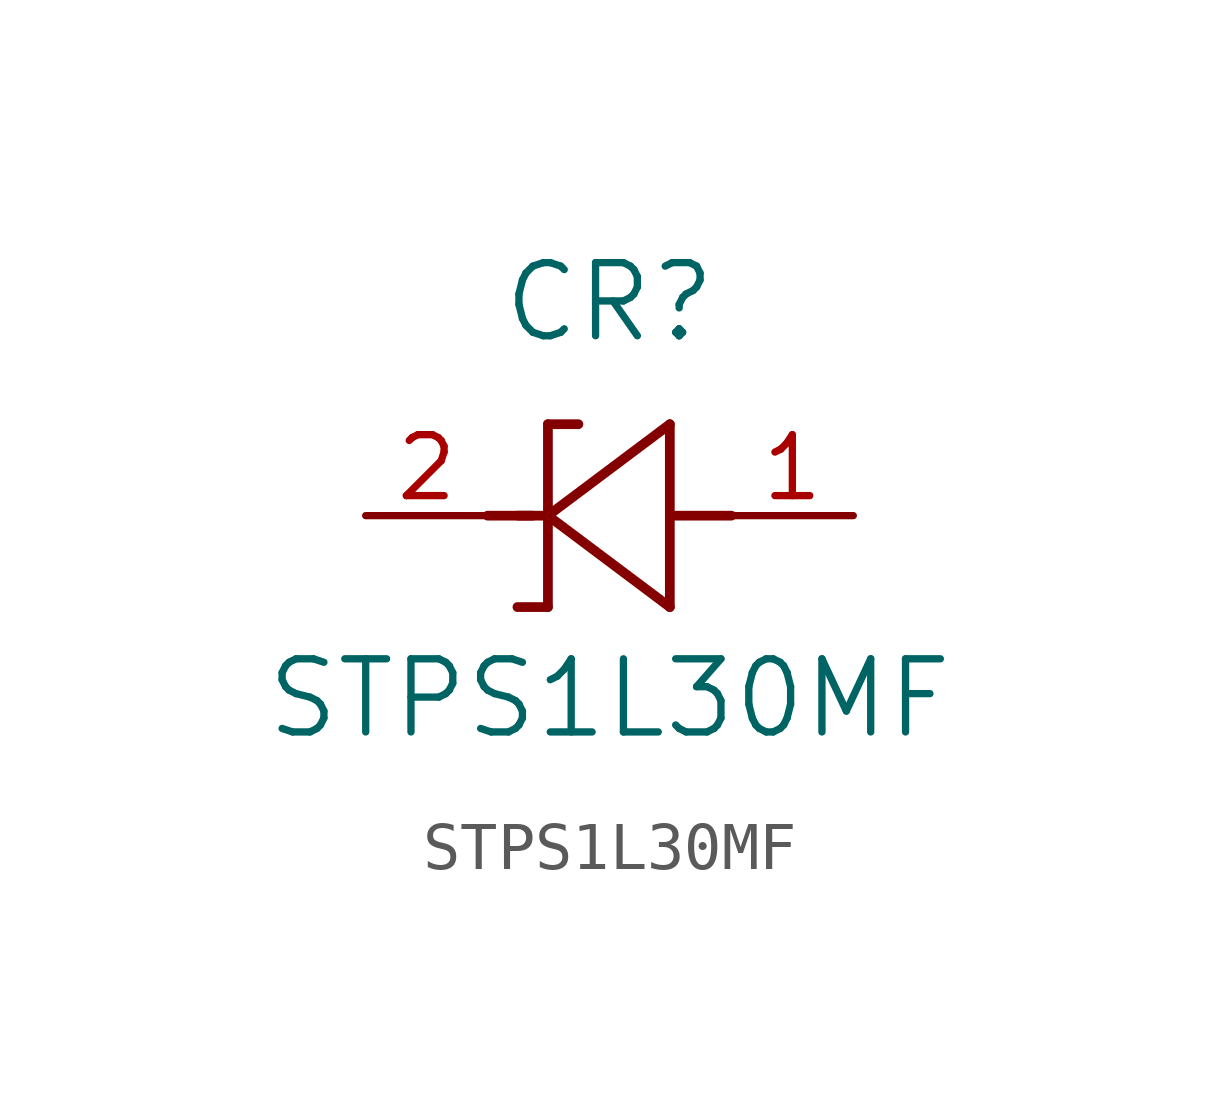
<source format=kicad_sym>
(kicad_symbol_lib
  (version 20211014)
  (generator kicad_symbol_editor)
  (symbol "STPS1L30MF"
    (pin_names
      (offset 0.254))
    (property "Reference" "CR"
      (at 5.08 4.445 0)
      (effects (font (size 1.524 1.524))))
    (property "Value" "STPS1L30MF"
      (at 5.08 -3.81 0)
      (effects (font (size 1.524 1.524))))
    (symbol "STPS1L30MF_0_1"
      (polyline (pts (xy 2.54 0) (xy 3.48 0)) (stroke (width 0.203) (type default) (color 0 0 0 0)) (fill (type none)))
      (polyline (pts (xy 3.175 0) (xy 3.81 0)) (stroke (width 0.203) (type default) (color 0 0 0 0)) (fill (type none)))
      (polyline (pts (xy 6.337 1.905) (xy 3.797 0)) (stroke (width 0.203) (type default) (color 0 0 0 0)) (fill (type none)))
      (polyline (pts (xy 3.797 1.905) (xy 4.432 1.905)) (stroke (width 0.203) (type default) (color 0 0 0 0)) (fill (type none)))
      (polyline (pts (xy 3.797 -1.905) (xy 3.162 -1.905)) (stroke (width 0.203) (type default) (color 0 0 0 0)) (fill (type none)))
      (polyline (pts (xy 6.337 -1.905) (xy 6.337 1.905)) (stroke (width 0.203) (type default) (color 0 0 0 0)) (fill (type none)))
      (polyline (pts (xy 3.797 1.905) (xy 3.797 -1.905)) (stroke (width 0.203) (type default) (color 0 0 0 0)) (fill (type none)))
      (polyline (pts (xy 3.797 0) (xy 6.337 -1.905)) (stroke (width 0.203) (type default) (color 0 0 0 0)) (fill (type none)))
      (polyline (pts (xy 6.35 0) (xy 7.62 0)) (stroke (width 0.203) (type default) (color 0 0 0 0)) (fill (type none)))
      (pin unspecified line (at 10.16 0 180) (length 2.54) (name "" (effects (font (size 1.27 1.27)))) (number "1" (effects (font (size 1.27 1.27)))))
      (pin unspecified line (at 0 0 0) (length 2.54) (name "" (effects (font (size 1.27 1.27)))) (number "2" (effects (font (size 1.27 1.27))))))))
</source>
